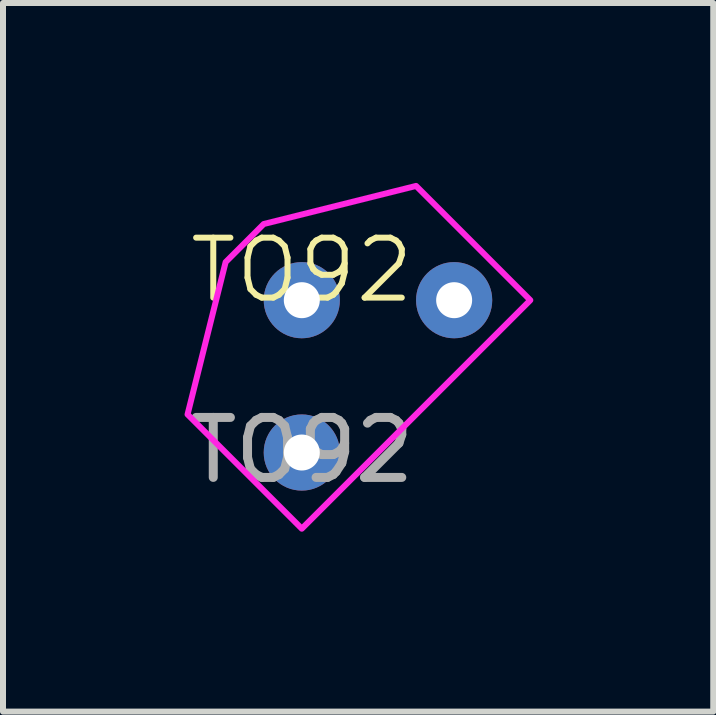
<source format=kicad_pcb>
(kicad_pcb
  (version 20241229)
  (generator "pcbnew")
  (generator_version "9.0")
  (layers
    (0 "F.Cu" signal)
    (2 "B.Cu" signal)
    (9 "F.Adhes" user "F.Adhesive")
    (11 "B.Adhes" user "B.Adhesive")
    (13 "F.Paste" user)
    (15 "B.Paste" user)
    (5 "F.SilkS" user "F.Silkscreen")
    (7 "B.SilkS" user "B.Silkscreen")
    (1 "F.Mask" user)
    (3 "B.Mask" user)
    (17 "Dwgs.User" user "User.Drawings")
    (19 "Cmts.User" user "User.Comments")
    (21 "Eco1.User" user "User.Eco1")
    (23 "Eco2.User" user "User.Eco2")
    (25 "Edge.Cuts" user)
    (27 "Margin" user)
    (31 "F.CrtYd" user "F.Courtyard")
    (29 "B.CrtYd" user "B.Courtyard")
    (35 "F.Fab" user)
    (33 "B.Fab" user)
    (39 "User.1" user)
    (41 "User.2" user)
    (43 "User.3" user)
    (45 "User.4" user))
  (footprint "TO92"
    (layer "F.Cu")
    (at 1.982 1.955)
    (property "Reference" "TO92" (at 0 -0.5 0) (unlocked yes) (layer "F.SilkS") (effects (font (size 1 1) (thickness 0.1))))
    (attr through_hole)
    (fp_poly (pts (xy -1.905 1.905) (xy 0 3.81) (xy 3.81 0) (xy 1.905 -1.905) (xy -0.635 -1.27) (xy -1.27 -0.635)) (stroke (width 0.1) (type solid)) (fill no) (layer "F.CrtYd"))
    (fp_text user "${REFERENCE}" (at 0 2.5 0) (unlocked yes) (layer "F.Fab") (effects (font (size 1 1) (thickness 0.15))))
    (pad "1" thru_hole circle (at 0 2.54) (size 1.27 1.27) (drill 0.6) (layers "*.Cu" "*.Mask"))
    (pad "2" thru_hole circle (at 0 0) (size 1.27 1.27) (drill 0.6) (layers "*.Cu" "*.Mask"))
    (pad "3" thru_hole circle (at 2.54 0) (size 1.27 1.27) (drill 0.6) (layers "*.Cu" "*.Mask")))
  (gr_rect
    (start -3 -3)
    (end 8.842 8.815)
    (stroke (width 0.1) (type default))
    (fill no)
    (layer "Edge.Cuts")))
</source>
